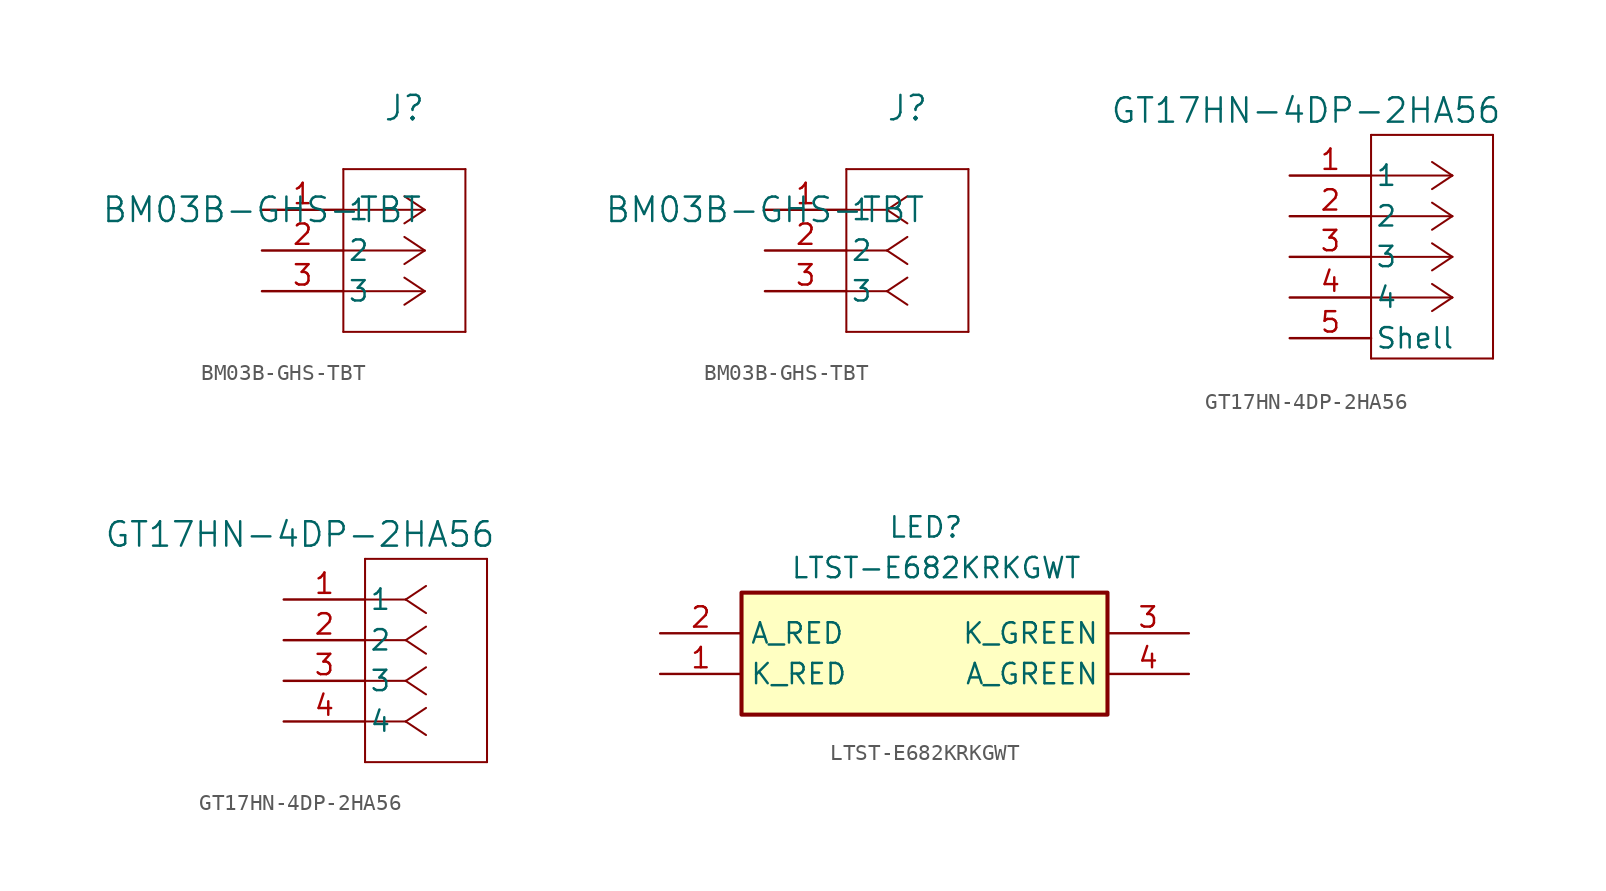
<source format=kicad_sym>
(kicad_symbol_lib
  (version 20241209)
  (generator "kicad_symbol_editor")
  (generator_version "9.0")
  (symbol "BM03B-GHS-TBT"
    (pin_names
      (offset 0.254))
    (property "Reference" "J"
      (at 8.89 6.35 0)
      (effects (font (size 1.524 1.524))))
    (property "Value" "BM03B-GHS-TBT"
      (at 0 0 0)
      (effects (font (size 1.524 1.524))))
    (property "ki_locked" ""
      (at 0 0 0)
      (effects (font (size 1.27 1.27))))
    (symbol "BM03B-GHS-TBT_1_1"
      (polyline (pts (xy 5.08 2.54) (xy 5.08 -7.62)) (stroke (width 0.127) (type default)) (fill (type none)))
      (polyline (pts (xy 5.08 -7.62) (xy 12.7 -7.62)) (stroke (width 0.127) (type default)) (fill (type none)))
      (polyline (pts (xy 10.16 0) (xy 5.08 0)) (stroke (width 0.127) (type default)) (fill (type none)))
      (polyline (pts (xy 10.16 0) (xy 8.89 0.847)) (stroke (width 0.127) (type default)) (fill (type none)))
      (polyline (pts (xy 10.16 0) (xy 8.89 -0.847)) (stroke (width 0.127) (type default)) (fill (type none)))
      (polyline (pts (xy 10.16 -2.54) (xy 5.08 -2.54)) (stroke (width 0.127) (type default)) (fill (type none)))
      (polyline (pts (xy 10.16 -2.54) (xy 8.89 -1.693)) (stroke (width 0.127) (type default)) (fill (type none)))
      (polyline (pts (xy 10.16 -2.54) (xy 8.89 -3.387)) (stroke (width 0.127) (type default)) (fill (type none)))
      (polyline (pts (xy 10.16 -5.08) (xy 5.08 -5.08)) (stroke (width 0.127) (type default)) (fill (type none)))
      (polyline (pts (xy 10.16 -5.08) (xy 8.89 -4.233)) (stroke (width 0.127) (type default)) (fill (type none)))
      (polyline (pts (xy 10.16 -5.08) (xy 8.89 -5.927)) (stroke (width 0.127) (type default)) (fill (type none)))
      (polyline (pts (xy 12.7 2.54) (xy 5.08 2.54)) (stroke (width 0.127) (type default)) (fill (type none)))
      (polyline (pts (xy 12.7 -7.62) (xy 12.7 2.54)) (stroke (width 0.127) (type default)) (fill (type none)))
      (pin unspecified line (at 0 0 0) (length 5.08) (name "1" (effects (font (size 1.27 1.27)))) (number "1" (effects (font (size 1.27 1.27)))))
      (pin unspecified line (at 0 -2.54 0) (length 5.08) (name "2" (effects (font (size 1.27 1.27)))) (number "2" (effects (font (size 1.27 1.27)))))
      (pin unspecified line (at 0 -5.08 0) (length 5.08) (name "3" (effects (font (size 1.27 1.27)))) (number "3" (effects (font (size 1.27 1.27))))))
    (symbol "BM03B-GHS-TBT_1_2"
      (polyline (pts (xy 5.08 2.54) (xy 5.08 -7.62)) (stroke (width 0.127) (type default)) (fill (type none)))
      (polyline (pts (xy 5.08 -7.62) (xy 12.7 -7.62)) (stroke (width 0.127) (type default)) (fill (type none)))
      (polyline (pts (xy 7.62 0) (xy 5.08 0)) (stroke (width 0.127) (type default)) (fill (type none)))
      (polyline (pts (xy 7.62 0) (xy 8.89 0.847)) (stroke (width 0.127) (type default)) (fill (type none)))
      (polyline (pts (xy 7.62 0) (xy 8.89 -0.847)) (stroke (width 0.127) (type default)) (fill (type none)))
      (polyline (pts (xy 7.62 -2.54) (xy 5.08 -2.54)) (stroke (width 0.127) (type default)) (fill (type none)))
      (polyline (pts (xy 7.62 -2.54) (xy 8.89 -1.693)) (stroke (width 0.127) (type default)) (fill (type none)))
      (polyline (pts (xy 7.62 -2.54) (xy 8.89 -3.387)) (stroke (width 0.127) (type default)) (fill (type none)))
      (polyline (pts (xy 7.62 -5.08) (xy 5.08 -5.08)) (stroke (width 0.127) (type default)) (fill (type none)))
      (polyline (pts (xy 7.62 -5.08) (xy 8.89 -4.233)) (stroke (width 0.127) (type default)) (fill (type none)))
      (polyline (pts (xy 7.62 -5.08) (xy 8.89 -5.927)) (stroke (width 0.127) (type default)) (fill (type none)))
      (polyline (pts (xy 12.7 2.54) (xy 5.08 2.54)) (stroke (width 0.127) (type default)) (fill (type none)))
      (polyline (pts (xy 12.7 -7.62) (xy 12.7 2.54)) (stroke (width 0.127) (type default)) (fill (type none)))
      (pin unspecified line (at 0 0 0) (length 5.08) (name "1" (effects (font (size 1.27 1.27)))) (number "1" (effects (font (size 1.27 1.27)))))
      (pin unspecified line (at 0 -2.54 0) (length 5.08) (name "2" (effects (font (size 1.27 1.27)))) (number "2" (effects (font (size 1.27 1.27)))))
      (pin unspecified line (at 0 -5.08 0) (length 5.08) (name "3" (effects (font (size 1.27 1.27)))) (number "3" (effects (font (size 1.27 1.27)))))))
  (symbol "GT17HN-4DP-2HA56"
    (pin_names
      (offset 0.254))
    (property "Reference" "J"
      (at 8.89 6.35 0)
      (effects (font (size 1.524 1.524)) (hide yes)))
    (property "Value" "GT17HN-4DP-2HA56"
      (at 1.016 4.064 0)
      (effects (font (size 1.524 1.524))))
    (property "ki_locked" ""
      (at 0 0 0)
      (effects (font (size 1.27 1.27))))
    (symbol "GT17HN-4DP-2HA56_1_1"
      (polyline (pts (xy 5.08 2.54) (xy 5.08 -11.43)) (stroke (width 0.127) (type default)) (fill (type none)))
      (polyline (pts (xy 5.08 -11.43) (xy 12.7 -11.43)) (stroke (width 0.127) (type default)) (fill (type none)))
      (polyline (pts (xy 10.16 0) (xy 5.08 0)) (stroke (width 0.127) (type default)) (fill (type none)))
      (polyline (pts (xy 10.16 0) (xy 8.89 0.847)) (stroke (width 0.127) (type default)) (fill (type none)))
      (polyline (pts (xy 10.16 0) (xy 8.89 -0.847)) (stroke (width 0.127) (type default)) (fill (type none)))
      (polyline (pts (xy 10.16 -2.54) (xy 5.08 -2.54)) (stroke (width 0.127) (type default)) (fill (type none)))
      (polyline (pts (xy 10.16 -2.54) (xy 8.89 -1.693)) (stroke (width 0.127) (type default)) (fill (type none)))
      (polyline (pts (xy 10.16 -2.54) (xy 8.89 -3.387)) (stroke (width 0.127) (type default)) (fill (type none)))
      (polyline (pts (xy 10.16 -5.08) (xy 5.08 -5.08)) (stroke (width 0.127) (type default)) (fill (type none)))
      (polyline (pts (xy 10.16 -5.08) (xy 8.89 -4.233)) (stroke (width 0.127) (type default)) (fill (type none)))
      (polyline (pts (xy 10.16 -5.08) (xy 8.89 -5.927)) (stroke (width 0.127) (type default)) (fill (type none)))
      (polyline (pts (xy 10.16 -7.62) (xy 5.08 -7.62)) (stroke (width 0.127) (type default)) (fill (type none)))
      (polyline (pts (xy 10.16 -7.62) (xy 8.89 -6.773)) (stroke (width 0.127) (type default)) (fill (type none)))
      (polyline (pts (xy 10.16 -7.62) (xy 8.89 -8.467)) (stroke (width 0.127) (type default)) (fill (type none)))
      (polyline (pts (xy 12.7 2.54) (xy 5.08 2.54)) (stroke (width 0.127) (type default)) (fill (type none)))
      (polyline (pts (xy 12.7 -11.43) (xy 12.7 2.54)) (stroke (width 0.127) (type default)) (fill (type none)))
      (pin unspecified line (at 0 0 0) (length 5.08) (name "1" (effects (font (size 1.27 1.27)))) (number "1" (effects (font (size 1.27 1.27)))))
      (pin unspecified line (at 0 -2.54 0) (length 5.08) (name "2" (effects (font (size 1.27 1.27)))) (number "2" (effects (font (size 1.27 1.27)))))
      (pin unspecified line (at 0 -5.08 0) (length 5.08) (name "3" (effects (font (size 1.27 1.27)))) (number "3" (effects (font (size 1.27 1.27)))))
      (pin unspecified line (at 0 -7.62 0) (length 5.08) (name "4" (effects (font (size 1.27 1.27)))) (number "4" (effects (font (size 1.27 1.27)))))
      (pin unspecified line (at 0 -10.16 0) (length 5.08) (name "Shell" (effects (font (size 1.27 1.27)))) (number "5" (effects (font (size 1.27 1.27))))))
    (symbol "GT17HN-4DP-2HA56_1_2"
      (polyline (pts (xy 5.08 2.54) (xy 5.08 -10.16)) (stroke (width 0.127) (type default)) (fill (type none)))
      (polyline (pts (xy 5.08 -10.16) (xy 12.7 -10.16)) (stroke (width 0.127) (type default)) (fill (type none)))
      (polyline (pts (xy 7.62 0) (xy 5.08 0)) (stroke (width 0.127) (type default)) (fill (type none)))
      (polyline (pts (xy 7.62 0) (xy 8.89 0.847)) (stroke (width 0.127) (type default)) (fill (type none)))
      (polyline (pts (xy 7.62 0) (xy 8.89 -0.847)) (stroke (width 0.127) (type default)) (fill (type none)))
      (polyline (pts (xy 7.62 -2.54) (xy 5.08 -2.54)) (stroke (width 0.127) (type default)) (fill (type none)))
      (polyline (pts (xy 7.62 -2.54) (xy 8.89 -1.693)) (stroke (width 0.127) (type default)) (fill (type none)))
      (polyline (pts (xy 7.62 -2.54) (xy 8.89 -3.387)) (stroke (width 0.127) (type default)) (fill (type none)))
      (polyline (pts (xy 7.62 -5.08) (xy 5.08 -5.08)) (stroke (width 0.127) (type default)) (fill (type none)))
      (polyline (pts (xy 7.62 -5.08) (xy 8.89 -4.233)) (stroke (width 0.127) (type default)) (fill (type none)))
      (polyline (pts (xy 7.62 -5.08) (xy 8.89 -5.927)) (stroke (width 0.127) (type default)) (fill (type none)))
      (polyline (pts (xy 7.62 -7.62) (xy 5.08 -7.62)) (stroke (width 0.127) (type default)) (fill (type none)))
      (polyline (pts (xy 7.62 -7.62) (xy 8.89 -6.773)) (stroke (width 0.127) (type default)) (fill (type none)))
      (polyline (pts (xy 7.62 -7.62) (xy 8.89 -8.467)) (stroke (width 0.127) (type default)) (fill (type none)))
      (polyline (pts (xy 12.7 2.54) (xy 5.08 2.54)) (stroke (width 0.127) (type default)) (fill (type none)))
      (polyline (pts (xy 12.7 -10.16) (xy 12.7 2.54)) (stroke (width 0.127) (type default)) (fill (type none)))
      (pin unspecified line (at 0 0 0) (length 5.08) (name "1" (effects (font (size 1.27 1.27)))) (number "1" (effects (font (size 1.27 1.27)))))
      (pin unspecified line (at 0 -2.54 0) (length 5.08) (name "2" (effects (font (size 1.27 1.27)))) (number "2" (effects (font (size 1.27 1.27)))))
      (pin unspecified line (at 0 -5.08 0) (length 5.08) (name "3" (effects (font (size 1.27 1.27)))) (number "3" (effects (font (size 1.27 1.27)))))
      (pin unspecified line (at 0 -7.62 0) (length 5.08) (name "4" (effects (font (size 1.27 1.27)))) (number "4" (effects (font (size 1.27 1.27)))))))
  (symbol "LTST-E682KRKGWT"
    (property "Reference" "LED"
      (at 14.224 7.366 0)
      (effects (font (size 1.27 1.27)) (justify left top)))
    (property "Value" "LTST-E682KRKGWT"
      (at 8.128 4.826 0)
      (effects (font (size 1.27 1.27)) (justify left top)))
    (symbol "LTST-E682KRKGWT_1_1"
      (rectangle (start 5.08 2.54) (end 27.94 -5.08) (stroke (width 0.254) (type default)) (fill (type background)))
      (pin passive line (at 0 0 0) (length 5.08) (name "A_RED" (effects (font (size 1.27 1.27)))) (number "2" (effects (font (size 1.27 1.27)))))
      (pin passive line (at 0 -2.54 0) (length 5.08) (name "K_RED" (effects (font (size 1.27 1.27)))) (number "1" (effects (font (size 1.27 1.27)))))
      (pin passive line (at 33.02 0 180) (length 5.08) (name "K_GREEN" (effects (font (size 1.27 1.27)))) (number "3" (effects (font (size 1.27 1.27)))))
      (pin passive line (at 33.02 -2.54 180) (length 5.08) (name "A_GREEN" (effects (font (size 1.27 1.27)))) (number "4" (effects (font (size 1.27 1.27))))))))
</source>
